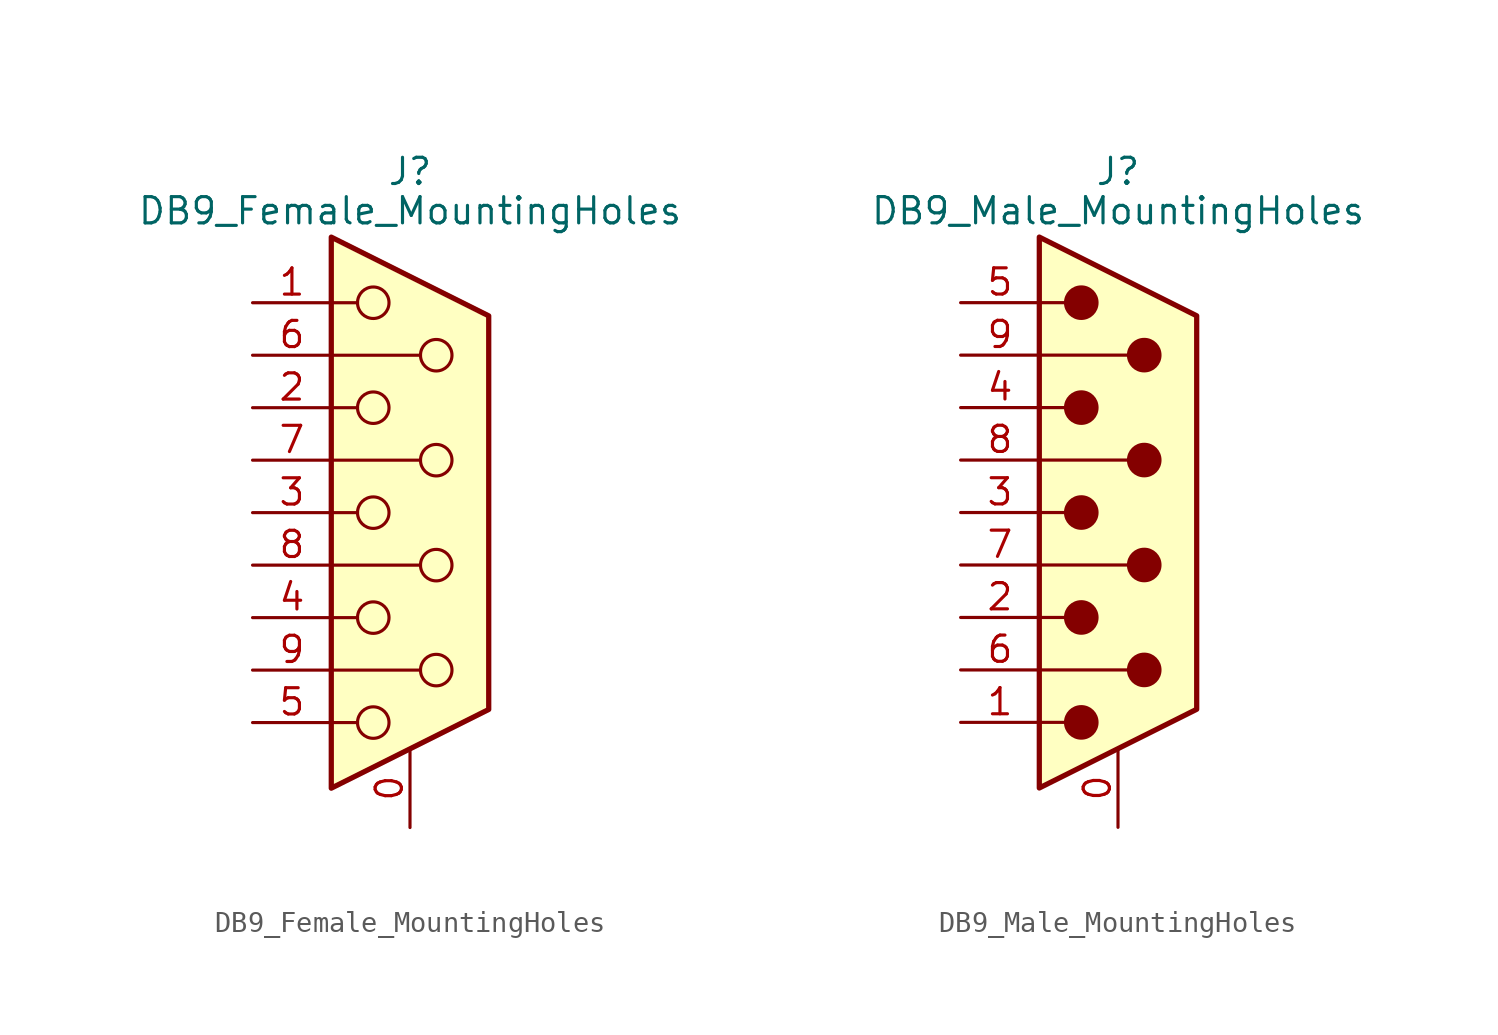
<source format=kicad_sym>
(kicad_symbol_lib
  (version 20201005)
  (generator kicad_symbol_editor)
  (symbol "DB9_Female_MountingHoles"
    (pin_names
      (offset 1.016) hide)
    (property "Reference" "J"
      (at 0 16.51 0)
      (effects (font (size 1.27 1.27))))
    (property "Value" "DB9_Female_MountingHoles"
      (at 0 14.605 0)
      (effects (font (size 1.27 1.27))))
    (symbol "DB9_Female_MountingHoles_0_1"
      (circle (center -1.778 -10.16) (radius 0.762) (stroke (width 0)) (fill (type none)))
      (circle (center -1.778 -5.08) (radius 0.762) (stroke (width 0)) (fill (type none)))
      (circle (center -1.778 0) (radius 0.762) (stroke (width 0)) (fill (type none)))
      (circle (center -1.778 5.08) (radius 0.762) (stroke (width 0)) (fill (type none)))
      (circle (center -1.778 10.16) (radius 0.762) (stroke (width 0)) (fill (type none)))
      (circle (center 1.27 -7.62) (radius 0.762) (stroke (width 0)) (fill (type none)))
      (circle (center 1.27 -2.54) (radius 0.762) (stroke (width 0)) (fill (type none)))
      (circle (center 1.27 2.54) (radius 0.762) (stroke (width 0)) (fill (type none)))
      (circle (center 1.27 7.62) (radius 0.762) (stroke (width 0)) (fill (type none)))
      (polyline (pts (xy -3.81 -10.16) (xy -2.54 -10.16)) (stroke (width 0)) (fill (type none)))
      (polyline (pts (xy -3.81 -7.62) (xy 0.508 -7.62)) (stroke (width 0)) (fill (type none)))
      (polyline (pts (xy -3.81 -5.08) (xy -2.54 -5.08)) (stroke (width 0)) (fill (type none)))
      (polyline (pts (xy -3.81 -2.54) (xy 0.508 -2.54)) (stroke (width 0)) (fill (type none)))
      (polyline (pts (xy -3.81 0) (xy -2.54 0)) (stroke (width 0)) (fill (type none)))
      (polyline (pts (xy -3.81 2.54) (xy 0.508 2.54)) (stroke (width 0)) (fill (type none)))
      (polyline (pts (xy -3.81 5.08) (xy -2.54 5.08)) (stroke (width 0)) (fill (type none)))
      (polyline (pts (xy -3.81 7.62) (xy 0.508 7.62)) (stroke (width 0)) (fill (type none)))
      (polyline (pts (xy -3.81 10.16) (xy -2.54 10.16)) (stroke (width 0)) (fill (type none)))
      (polyline (pts (xy -3.81 13.335) (xy -3.81 -13.335) (xy 3.81 -9.525) (xy 3.81 9.525) (xy -3.81 13.335)) (stroke (width 0.254)) (fill (type background))))
    (symbol "DB9_Female_MountingHoles_1_1"
      (pin passive line (at 0 -15.24 90) (length 3.81) (name "PAD" (effects (font (size 1.27 1.27)))) (number "0" (effects (font (size 1.27 1.27)))))
      (pin passive line (at -7.62 10.16 0) (length 3.81) (name "1" (effects (font (size 1.27 1.27)))) (number "1" (effects (font (size 1.27 1.27)))))
      (pin passive line (at -7.62 5.08 0) (length 3.81) (name "2" (effects (font (size 1.27 1.27)))) (number "2" (effects (font (size 1.27 1.27)))))
      (pin passive line (at -7.62 0 0) (length 3.81) (name "3" (effects (font (size 1.27 1.27)))) (number "3" (effects (font (size 1.27 1.27)))))
      (pin passive line (at -7.62 -5.08 0) (length 3.81) (name "4" (effects (font (size 1.27 1.27)))) (number "4" (effects (font (size 1.27 1.27)))))
      (pin passive line (at -7.62 -10.16 0) (length 3.81) (name "5" (effects (font (size 1.27 1.27)))) (number "5" (effects (font (size 1.27 1.27)))))
      (pin passive line (at -7.62 7.62 0) (length 3.81) (name "6" (effects (font (size 1.27 1.27)))) (number "6" (effects (font (size 1.27 1.27)))))
      (pin passive line (at -7.62 2.54 0) (length 3.81) (name "7" (effects (font (size 1.27 1.27)))) (number "7" (effects (font (size 1.27 1.27)))))
      (pin passive line (at -7.62 -2.54 0) (length 3.81) (name "8" (effects (font (size 1.27 1.27)))) (number "8" (effects (font (size 1.27 1.27)))))
      (pin passive line (at -7.62 -7.62 0) (length 3.81) (name "9" (effects (font (size 1.27 1.27)))) (number "9" (effects (font (size 1.27 1.27)))))))
  (symbol "DB9_Male_MountingHoles"
    (pin_names
      (offset 1.016) hide)
    (property "Reference" "J"
      (at 0 16.51 0)
      (effects (font (size 1.27 1.27))))
    (property "Value" "DB9_Male_MountingHoles"
      (at 0 14.605 0)
      (effects (font (size 1.27 1.27))))
    (symbol "DB9_Male_MountingHoles_0_1"
      (circle (center -1.778 -10.16) (radius 0.762) (stroke (width 0)) (fill (type outline)))
      (circle (center -1.778 -5.08) (radius 0.762) (stroke (width 0)) (fill (type outline)))
      (circle (center -1.778 0) (radius 0.762) (stroke (width 0)) (fill (type outline)))
      (circle (center -1.778 5.08) (radius 0.762) (stroke (width 0)) (fill (type outline)))
      (circle (center -1.778 10.16) (radius 0.762) (stroke (width 0)) (fill (type outline)))
      (circle (center 1.27 -7.62) (radius 0.762) (stroke (width 0)) (fill (type outline)))
      (circle (center 1.27 -2.54) (radius 0.762) (stroke (width 0)) (fill (type outline)))
      (circle (center 1.27 2.54) (radius 0.762) (stroke (width 0)) (fill (type outline)))
      (circle (center 1.27 7.62) (radius 0.762) (stroke (width 0)) (fill (type outline)))
      (polyline (pts (xy -3.81 -10.16) (xy -2.54 -10.16)) (stroke (width 0)) (fill (type none)))
      (polyline (pts (xy -3.81 -7.62) (xy 0.508 -7.62)) (stroke (width 0)) (fill (type none)))
      (polyline (pts (xy -3.81 -5.08) (xy -2.54 -5.08)) (stroke (width 0)) (fill (type none)))
      (polyline (pts (xy -3.81 -2.54) (xy 0.508 -2.54)) (stroke (width 0)) (fill (type none)))
      (polyline (pts (xy -3.81 0) (xy -2.54 0)) (stroke (width 0)) (fill (type none)))
      (polyline (pts (xy -3.81 2.54) (xy 0.508 2.54)) (stroke (width 0)) (fill (type none)))
      (polyline (pts (xy -3.81 5.08) (xy -2.54 5.08)) (stroke (width 0)) (fill (type none)))
      (polyline (pts (xy -3.81 7.62) (xy 0.508 7.62)) (stroke (width 0)) (fill (type none)))
      (polyline (pts (xy -3.81 10.16) (xy -2.54 10.16)) (stroke (width 0)) (fill (type none)))
      (polyline (pts (xy -3.81 -13.335) (xy -3.81 13.335) (xy 3.81 9.525) (xy 3.81 -9.525) (xy -3.81 -13.335)) (stroke (width 0.254)) (fill (type background))))
    (symbol "DB9_Male_MountingHoles_1_1"
      (pin passive line (at 0 -15.24 90) (length 3.81) (name "PAD" (effects (font (size 1.27 1.27)))) (number "0" (effects (font (size 1.27 1.27)))))
      (pin passive line (at -7.62 -10.16 0) (length 3.81) (name "1" (effects (font (size 1.27 1.27)))) (number "1" (effects (font (size 1.27 1.27)))))
      (pin passive line (at -7.62 -5.08 0) (length 3.81) (name "2" (effects (font (size 1.27 1.27)))) (number "2" (effects (font (size 1.27 1.27)))))
      (pin passive line (at -7.62 0 0) (length 3.81) (name "3" (effects (font (size 1.27 1.27)))) (number "3" (effects (font (size 1.27 1.27)))))
      (pin passive line (at -7.62 5.08 0) (length 3.81) (name "4" (effects (font (size 1.27 1.27)))) (number "4" (effects (font (size 1.27 1.27)))))
      (pin passive line (at -7.62 10.16 0) (length 3.81) (name "5" (effects (font (size 1.27 1.27)))) (number "5" (effects (font (size 1.27 1.27)))))
      (pin passive line (at -7.62 -7.62 0) (length 3.81) (name "6" (effects (font (size 1.27 1.27)))) (number "6" (effects (font (size 1.27 1.27)))))
      (pin passive line (at -7.62 -2.54 0) (length 3.81) (name "7" (effects (font (size 1.27 1.27)))) (number "7" (effects (font (size 1.27 1.27)))))
      (pin passive line (at -7.62 2.54 0) (length 3.81) (name "8" (effects (font (size 1.27 1.27)))) (number "8" (effects (font (size 1.27 1.27)))))
      (pin passive line (at -7.62 7.62 0) (length 3.81) (name "9" (effects (font (size 1.27 1.27)))) (number "9" (effects (font (size 1.27 1.27))))))))
</source>
